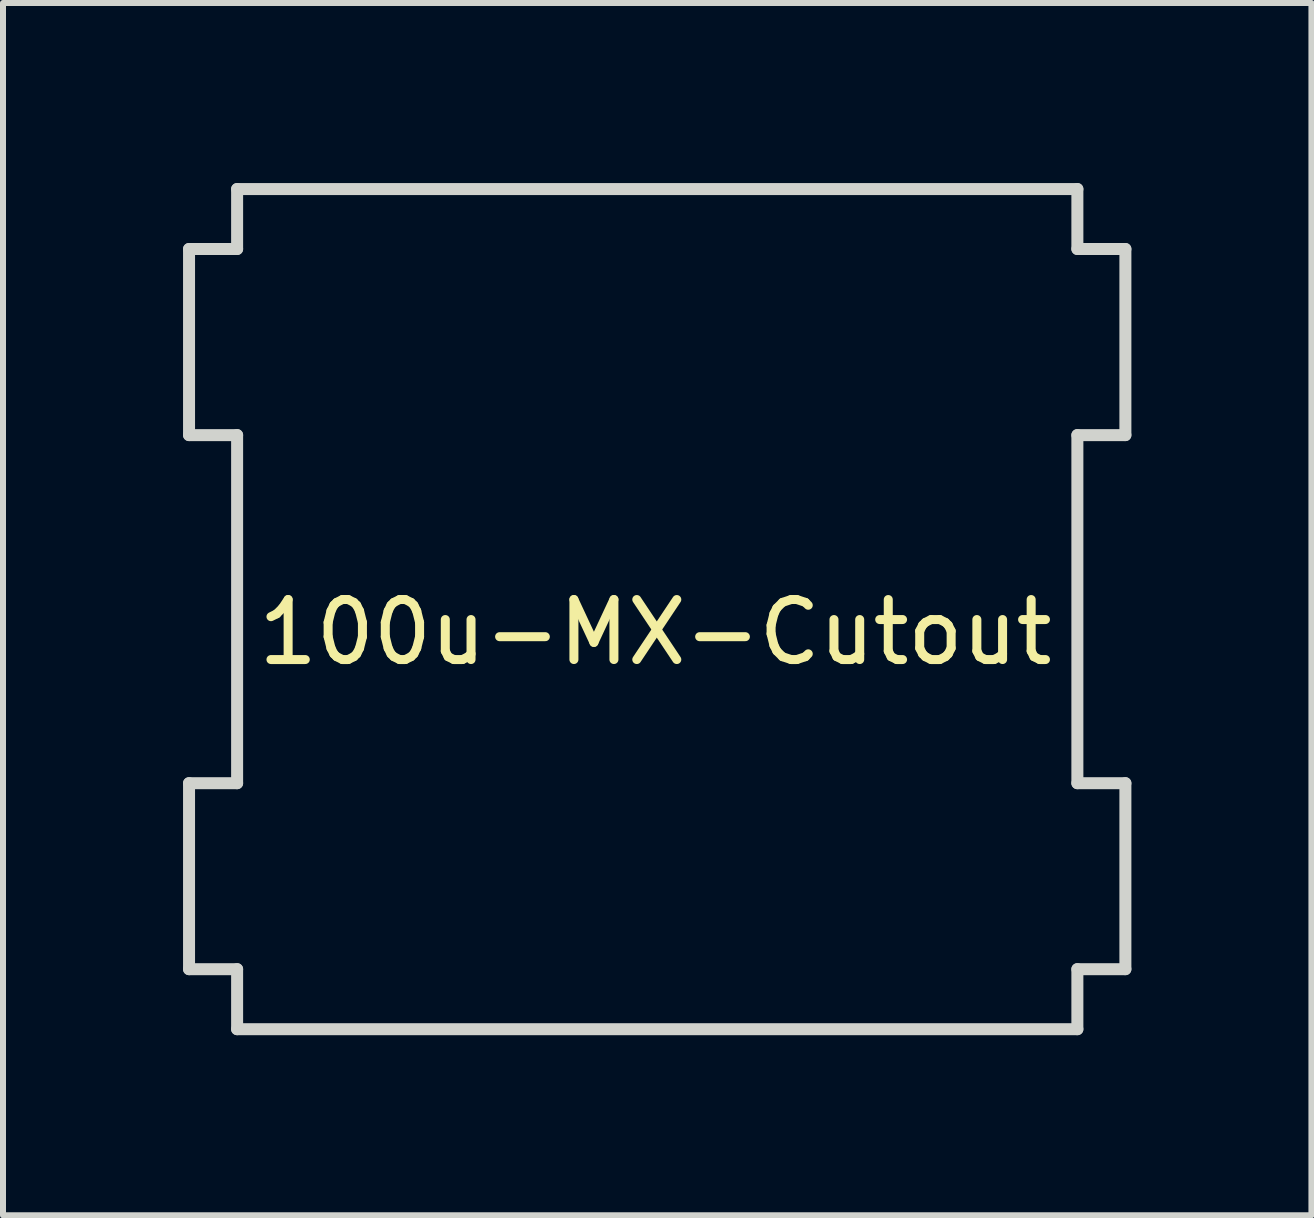
<source format=kicad_pcb>
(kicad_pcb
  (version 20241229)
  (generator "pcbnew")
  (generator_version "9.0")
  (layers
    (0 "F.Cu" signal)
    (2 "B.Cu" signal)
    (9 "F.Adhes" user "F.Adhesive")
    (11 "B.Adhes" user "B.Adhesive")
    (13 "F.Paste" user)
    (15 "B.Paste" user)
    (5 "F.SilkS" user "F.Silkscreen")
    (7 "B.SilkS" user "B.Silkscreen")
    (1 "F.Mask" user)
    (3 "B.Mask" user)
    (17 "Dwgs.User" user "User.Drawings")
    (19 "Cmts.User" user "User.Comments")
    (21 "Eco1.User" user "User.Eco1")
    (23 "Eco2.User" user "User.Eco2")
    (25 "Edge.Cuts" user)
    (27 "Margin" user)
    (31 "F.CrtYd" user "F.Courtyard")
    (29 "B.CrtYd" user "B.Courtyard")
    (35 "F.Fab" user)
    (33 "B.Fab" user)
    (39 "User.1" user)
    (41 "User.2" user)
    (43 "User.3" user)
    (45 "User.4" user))
  (footprint "100u-MX-Cutout"
    (layer "F.Cu")
    (at 7.87 6.985)
    (property "Reference" "100u-MX-Cutout" (at 0 0.5 0) (layer "F.SilkS") (effects (font (size 1 1) (thickness 0.15))))
    (attr through_hole)
    (fp_line (start -7.77 -5.886) (end -7.77 -2.785) (stroke (width 0.2) (type solid)) (layer "Edge.Cuts"))
    (fp_line (start -7.77 -2.785) (end -6.969 -2.785) (stroke (width 0.2) (type solid)) (layer "Edge.Cuts"))
    (fp_line (start -7.77 3.015) (end -7.77 6.114) (stroke (width 0.2) (type solid)) (layer "Edge.Cuts"))
    (fp_line (start -7.77 6.114) (end -6.969 6.114) (stroke (width 0.2) (type solid)) (layer "Edge.Cuts"))
    (fp_line (start -6.969 -6.885) (end -6.969 -5.886) (stroke (width 0.2) (type solid)) (layer "Edge.Cuts"))
    (fp_line (start -6.969 -5.886) (end -7.77 -5.886) (stroke (width 0.2) (type solid)) (layer "Edge.Cuts"))
    (fp_line (start -6.969 -2.785) (end -6.969 3.015) (stroke (width 0.2) (type solid)) (layer "Edge.Cuts"))
    (fp_line (start -6.969 3.015) (end -7.77 3.015) (stroke (width 0.2) (type solid)) (layer "Edge.Cuts"))
    (fp_line (start -6.969 6.114) (end -6.969 7.114) (stroke (width 0.2) (type solid)) (layer "Edge.Cuts"))
    (fp_line (start -6.969 7.114) (end 7.032 7.114) (stroke (width 0.2) (type solid)) (layer "Edge.Cuts"))
    (fp_line (start 7.032 -6.885) (end -6.969 -6.885) (stroke (width 0.2) (type solid)) (layer "Edge.Cuts"))
    (fp_line (start 7.032 -5.886) (end 7.032 -6.885) (stroke (width 0.2) (type solid)) (layer "Edge.Cuts"))
    (fp_line (start 7.032 -2.785) (end 7.832 -2.785) (stroke (width 0.2) (type solid)) (layer "Edge.Cuts"))
    (fp_line (start 7.032 3.015) (end 7.032 -2.785) (stroke (width 0.2) (type solid)) (layer "Edge.Cuts"))
    (fp_line (start 7.032 6.114) (end 7.832 6.114) (stroke (width 0.2) (type solid)) (layer "Edge.Cuts"))
    (fp_line (start 7.032 7.114) (end 7.032 6.114) (stroke (width 0.2) (type solid)) (layer "Edge.Cuts"))
    (fp_line (start 7.832 -5.886) (end 7.032 -5.886) (stroke (width 0.2) (type solid)) (layer "Edge.Cuts"))
    (fp_line (start 7.832 -2.785) (end 7.832 -5.886) (stroke (width 0.2) (type solid)) (layer "Edge.Cuts"))
    (fp_line (start 7.832 3.015) (end 7.032 3.015) (stroke (width 0.2) (type solid)) (layer "Edge.Cuts"))
    (fp_line (start 7.832 6.114) (end 7.832 3.015) (stroke (width 0.2) (type solid)) (layer "Edge.Cuts")))
  (gr_rect
    (start -3 -3)
    (end 18.802 17.2)
    (stroke (width 0.1) (type default))
    (fill no)
    (layer "Edge.Cuts")))
</source>
